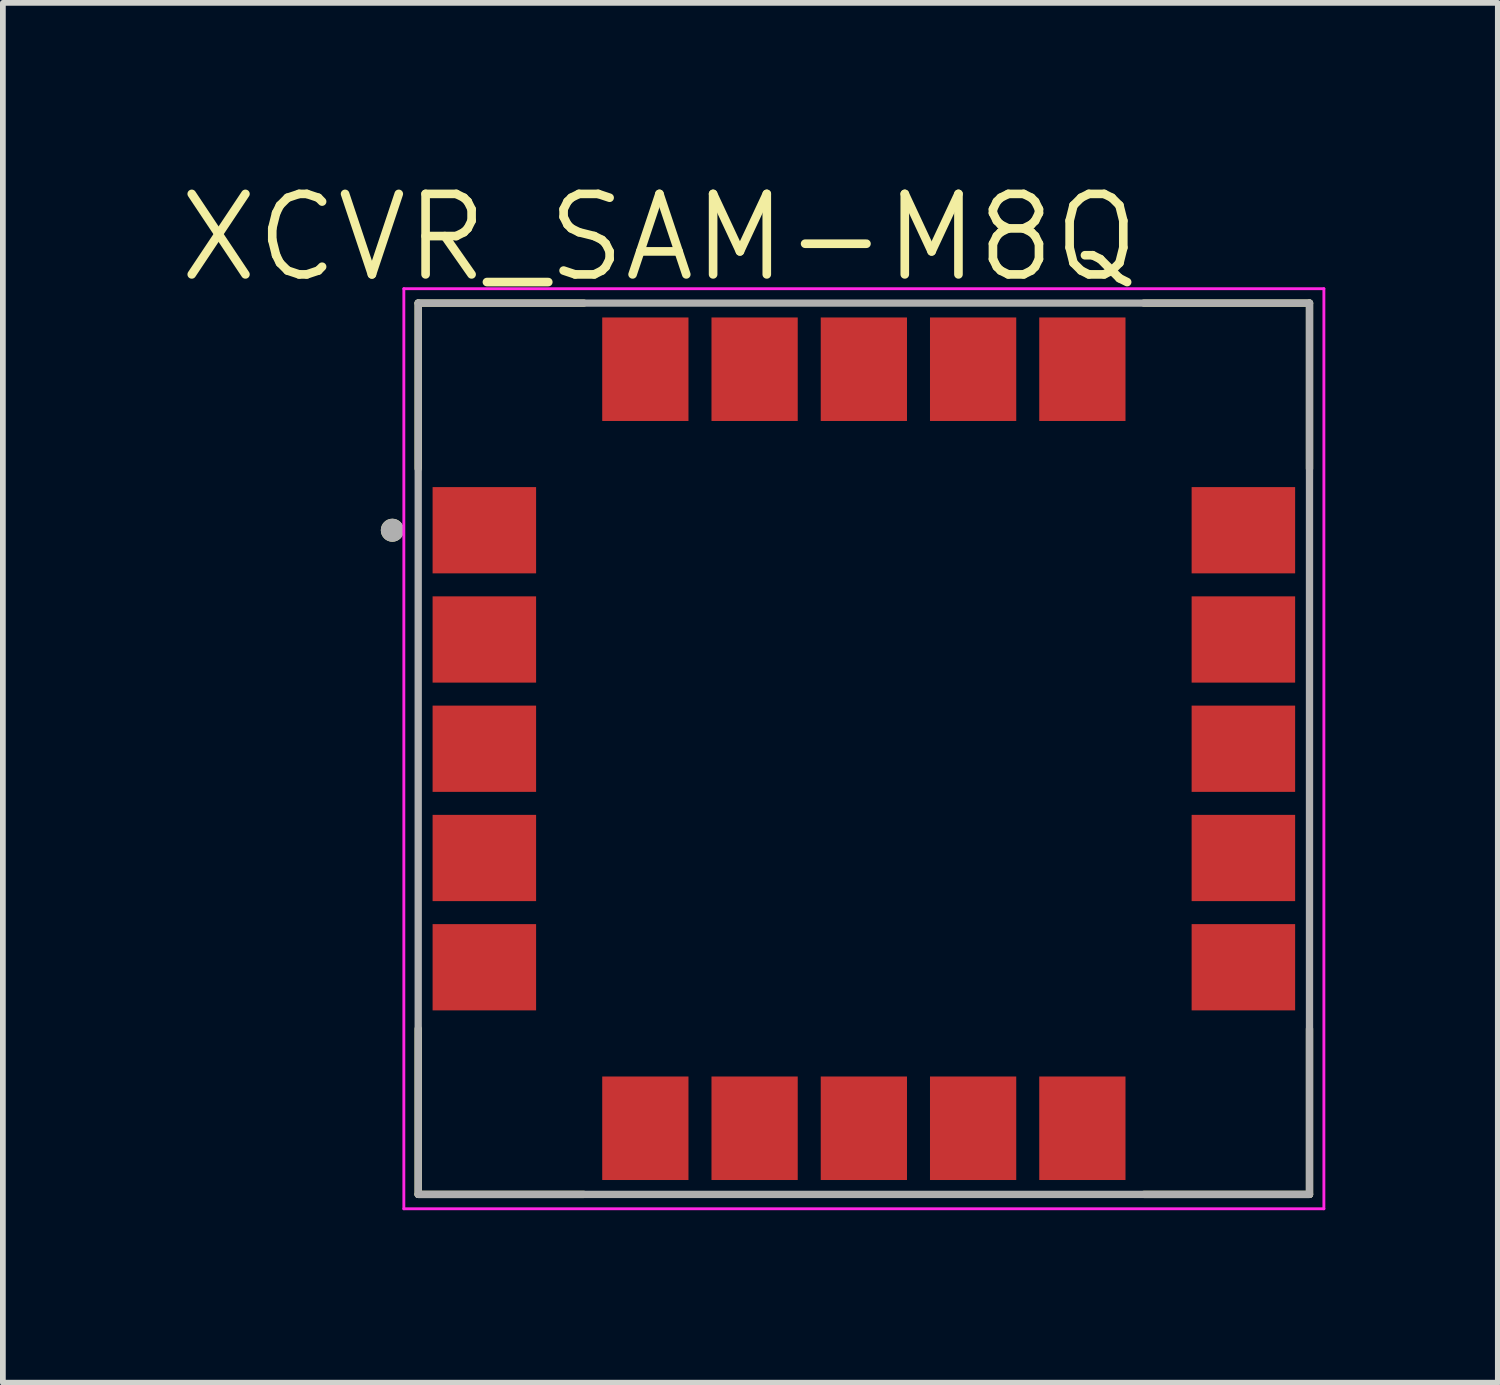
<source format=kicad_pcb>
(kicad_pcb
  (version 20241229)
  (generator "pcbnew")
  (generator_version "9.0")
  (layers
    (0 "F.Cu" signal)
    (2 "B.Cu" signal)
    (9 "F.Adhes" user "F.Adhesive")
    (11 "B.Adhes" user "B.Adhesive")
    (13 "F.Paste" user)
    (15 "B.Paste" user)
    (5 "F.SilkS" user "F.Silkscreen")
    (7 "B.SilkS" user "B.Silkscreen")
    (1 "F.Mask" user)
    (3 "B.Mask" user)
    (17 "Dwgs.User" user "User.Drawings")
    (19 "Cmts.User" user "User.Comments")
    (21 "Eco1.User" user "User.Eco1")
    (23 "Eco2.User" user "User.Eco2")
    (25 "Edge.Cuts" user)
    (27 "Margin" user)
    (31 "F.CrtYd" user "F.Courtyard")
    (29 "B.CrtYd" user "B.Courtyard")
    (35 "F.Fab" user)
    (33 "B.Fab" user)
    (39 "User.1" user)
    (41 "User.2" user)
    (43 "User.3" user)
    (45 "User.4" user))
  (footprint "XCVR_SAM-M8Q"
    (layer "F.Cu")
    (at 11.973 9.971)
    (property "Reference" "XCVR_SAM-M8Q" (at -3.555 -8.889 0) (layer "F.SilkS") (effects (font (size 1.4 1.4) (thickness 0.15))))
    (attr through_hole)
    (fp_line (start -7.75 -4.87) (end -7.75 -7.75) (stroke (width 0.127) (type solid)) (layer "F.SilkS"))
    (fp_line (start -7.75 4.87) (end -7.75 7.75) (stroke (width 0.127) (type solid)) (layer "F.SilkS"))
    (fp_line (start -4.87 -7.75) (end -7.75 -7.75) (stroke (width 0.127) (type solid)) (layer "F.SilkS"))
    (fp_line (start -4.87 7.75) (end -7.75 7.75) (stroke (width 0.127) (type solid)) (layer "F.SilkS"))
    (fp_line (start 4.87 -7.75) (end 7.75 -7.75) (stroke (width 0.127) (type solid)) (layer "F.SilkS"))
    (fp_line (start 4.87 7.75) (end 7.75 7.75) (stroke (width 0.127) (type solid)) (layer "F.SilkS"))
    (fp_line (start 7.75 -4.87) (end 7.75 -7.75) (stroke (width 0.127) (type solid)) (layer "F.SilkS"))
    (fp_line (start 7.75 4.87) (end 7.75 7.75) (stroke (width 0.127) (type solid)) (layer "F.SilkS"))
    (fp_circle (center -8.2 -3.8) (end -8.1 -3.8) (stroke (width 0.2) (type solid)) (fill no) (layer "F.SilkS"))
    (fp_poly (pts (xy -7.39 -4.59) (xy -6.81 -4.59) (xy -6.81 -3.87) (xy -7.39 -3.87)) (stroke (width 0.01) (type solid)) (fill yes) (layer "F.Paste"))
    (fp_poly (pts (xy -7.39 -3.73) (xy -6.81 -3.73) (xy -6.81 -3.01) (xy -7.39 -3.01)) (stroke (width 0.01) (type solid)) (fill yes) (layer "F.Paste"))
    (fp_poly (pts (xy -7.39 -2.69) (xy -6.81 -2.69) (xy -6.81 -1.97) (xy -7.39 -1.97)) (stroke (width 0.01) (type solid)) (fill yes) (layer "F.Paste"))
    (fp_poly (pts (xy -7.39 -1.83) (xy -6.81 -1.83) (xy -6.81 -1.11) (xy -7.39 -1.11)) (stroke (width 0.01) (type solid)) (fill yes) (layer "F.Paste"))
    (fp_poly (pts (xy -7.39 -0.79) (xy -6.81 -0.79) (xy -6.81 -0.07) (xy -7.39 -0.07)) (stroke (width 0.01) (type solid)) (fill yes) (layer "F.Paste"))
    (fp_poly (pts (xy -7.39 0.07) (xy -6.81 0.07) (xy -6.81 0.79) (xy -7.39 0.79)) (stroke (width 0.01) (type solid)) (fill yes) (layer "F.Paste"))
    (fp_poly (pts (xy -7.39 1.11) (xy -6.81 1.11) (xy -6.81 1.83) (xy -7.39 1.83)) (stroke (width 0.01) (type solid)) (fill yes) (layer "F.Paste"))
    (fp_poly (pts (xy -7.39 1.97) (xy -6.81 1.97) (xy -6.81 2.69) (xy -7.39 2.69)) (stroke (width 0.01) (type solid)) (fill yes) (layer "F.Paste"))
    (fp_poly (pts (xy -7.39 3.01) (xy -6.81 3.01) (xy -6.81 3.73) (xy -7.39 3.73)) (stroke (width 0.01) (type solid)) (fill yes) (layer "F.Paste"))
    (fp_poly (pts (xy -7.39 3.87) (xy -6.81 3.87) (xy -6.81 4.59) (xy -7.39 4.59)) (stroke (width 0.01) (type solid)) (fill yes) (layer "F.Paste"))
    (fp_poly (pts (xy -6.39 -4.59) (xy -5.81 -4.59) (xy -5.81 -3.87) (xy -6.39 -3.87)) (stroke (width 0.01) (type solid)) (fill yes) (layer "F.Paste"))
    (fp_poly (pts (xy -6.39 -3.73) (xy -5.81 -3.73) (xy -5.81 -3.01) (xy -6.39 -3.01)) (stroke (width 0.01) (type solid)) (fill yes) (layer "F.Paste"))
    (fp_poly (pts (xy -6.39 -2.69) (xy -5.81 -2.69) (xy -5.81 -1.97) (xy -6.39 -1.97)) (stroke (width 0.01) (type solid)) (fill yes) (layer "F.Paste"))
    (fp_poly (pts (xy -6.39 -1.83) (xy -5.81 -1.83) (xy -5.81 -1.11) (xy -6.39 -1.11)) (stroke (width 0.01) (type solid)) (fill yes) (layer "F.Paste"))
    (fp_poly (pts (xy -6.39 -0.79) (xy -5.81 -0.79) (xy -5.81 -0.07) (xy -6.39 -0.07)) (stroke (width 0.01) (type solid)) (fill yes) (layer "F.Paste"))
    (fp_poly (pts (xy -6.39 0.07) (xy -5.81 0.07) (xy -5.81 0.79) (xy -6.39 0.79)) (stroke (width 0.01) (type solid)) (fill yes) (layer "F.Paste"))
    (fp_poly (pts (xy -6.39 1.11) (xy -5.81 1.11) (xy -5.81 1.83) (xy -6.39 1.83)) (stroke (width 0.01) (type solid)) (fill yes) (layer "F.Paste"))
    (fp_poly (pts (xy -6.39 1.97) (xy -5.81 1.97) (xy -5.81 2.69) (xy -6.39 2.69)) (stroke (width 0.01) (type solid)) (fill yes) (layer "F.Paste"))
    (fp_poly (pts (xy -6.39 3.01) (xy -5.81 3.01) (xy -5.81 3.73) (xy -6.39 3.73)) (stroke (width 0.01) (type solid)) (fill yes) (layer "F.Paste"))
    (fp_poly (pts (xy -6.39 3.87) (xy -5.81 3.87) (xy -5.81 4.59) (xy -6.39 4.59)) (stroke (width 0.01) (type solid)) (fill yes) (layer "F.Paste"))
    (fp_poly (pts (xy -4.52 -7.46) (xy -3.94 -7.46) (xy -3.94 -6.74) (xy -4.52 -6.74)) (stroke (width 0.01) (type solid)) (fill yes) (layer "F.Paste"))
    (fp_poly (pts (xy -4.52 -6.46) (xy -3.94 -6.46) (xy -3.94 -5.74) (xy -4.52 -5.74)) (stroke (width 0.01) (type solid)) (fill yes) (layer "F.Paste"))
    (fp_poly (pts (xy -4.52 5.74) (xy -3.94 5.74) (xy -3.94 6.46) (xy -4.52 6.46)) (stroke (width 0.01) (type solid)) (fill yes) (layer "F.Paste"))
    (fp_poly (pts (xy -4.52 6.74) (xy -3.94 6.74) (xy -3.94 7.46) (xy -4.52 7.46)) (stroke (width 0.01) (type solid)) (fill yes) (layer "F.Paste"))
    (fp_poly (pts (xy -3.66 -7.46) (xy -3.08 -7.46) (xy -3.08 -6.74) (xy -3.66 -6.74)) (stroke (width 0.01) (type solid)) (fill yes) (layer "F.Paste"))
    (fp_poly (pts (xy -3.66 -6.46) (xy -3.08 -6.46) (xy -3.08 -5.74) (xy -3.66 -5.74)) (stroke (width 0.01) (type solid)) (fill yes) (layer "F.Paste"))
    (fp_poly (pts (xy -3.66 5.74) (xy -3.08 5.74) (xy -3.08 6.46) (xy -3.66 6.46)) (stroke (width 0.01) (type solid)) (fill yes) (layer "F.Paste"))
    (fp_poly (pts (xy -3.66 6.74) (xy -3.08 6.74) (xy -3.08 7.46) (xy -3.66 7.46)) (stroke (width 0.01) (type solid)) (fill yes) (layer "F.Paste"))
    (fp_poly (pts (xy -2.62 -7.46) (xy -2.04 -7.46) (xy -2.04 -6.74) (xy -2.62 -6.74)) (stroke (width 0.01) (type solid)) (fill yes) (layer "F.Paste"))
    (fp_poly (pts (xy -2.62 -6.46) (xy -2.04 -6.46) (xy -2.04 -5.74) (xy -2.62 -5.74)) (stroke (width 0.01) (type solid)) (fill yes) (layer "F.Paste"))
    (fp_poly (pts (xy -2.62 5.74) (xy -2.04 5.74) (xy -2.04 6.46) (xy -2.62 6.46)) (stroke (width 0.01) (type solid)) (fill yes) (layer "F.Paste"))
    (fp_poly (pts (xy -2.62 6.74) (xy -2.04 6.74) (xy -2.04 7.46) (xy -2.62 7.46)) (stroke (width 0.01) (type solid)) (fill yes) (layer "F.Paste"))
    (fp_poly (pts (xy -1.76 -7.46) (xy -1.18 -7.46) (xy -1.18 -6.74) (xy -1.76 -6.74)) (stroke (width 0.01) (type solid)) (fill yes) (layer "F.Paste"))
    (fp_poly (pts (xy -1.76 -6.46) (xy -1.18 -6.46) (xy -1.18 -5.74) (xy -1.76 -5.74)) (stroke (width 0.01) (type solid)) (fill yes) (layer "F.Paste"))
    (fp_poly (pts (xy -1.76 5.74) (xy -1.18 5.74) (xy -1.18 6.46) (xy -1.76 6.46)) (stroke (width 0.01) (type solid)) (fill yes) (layer "F.Paste"))
    (fp_poly (pts (xy -1.76 6.74) (xy -1.18 6.74) (xy -1.18 7.46) (xy -1.76 7.46)) (stroke (width 0.01) (type solid)) (fill yes) (layer "F.Paste"))
    (fp_poly (pts (xy -0.72 -7.46) (xy -0.14 -7.46) (xy -0.14 -6.74) (xy -0.72 -6.74)) (stroke (width 0.01) (type solid)) (fill yes) (layer "F.Paste"))
    (fp_poly (pts (xy -0.72 -6.46) (xy -0.14 -6.46) (xy -0.14 -5.74) (xy -0.72 -5.74)) (stroke (width 0.01) (type solid)) (fill yes) (layer "F.Paste"))
    (fp_poly (pts (xy -0.72 5.74) (xy -0.14 5.74) (xy -0.14 6.46) (xy -0.72 6.46)) (stroke (width 0.01) (type solid)) (fill yes) (layer "F.Paste"))
    (fp_poly (pts (xy -0.72 6.74) (xy -0.14 6.74) (xy -0.14 7.46) (xy -0.72 7.46)) (stroke (width 0.01) (type solid)) (fill yes) (layer "F.Paste"))
    (fp_poly (pts (xy 0.14 -7.46) (xy 0.72 -7.46) (xy 0.72 -6.74) (xy 0.14 -6.74)) (stroke (width 0.01) (type solid)) (fill yes) (layer "F.Paste"))
    (fp_poly (pts (xy 0.14 -6.46) (xy 0.72 -6.46) (xy 0.72 -5.74) (xy 0.14 -5.74)) (stroke (width 0.01) (type solid)) (fill yes) (layer "F.Paste"))
    (fp_poly (pts (xy 0.14 5.74) (xy 0.72 5.74) (xy 0.72 6.46) (xy 0.14 6.46)) (stroke (width 0.01) (type solid)) (fill yes) (layer "F.Paste"))
    (fp_poly (pts (xy 0.14 6.74) (xy 0.72 6.74) (xy 0.72 7.46) (xy 0.14 7.46)) (stroke (width 0.01) (type solid)) (fill yes) (layer "F.Paste"))
    (fp_poly (pts (xy 1.18 -7.46) (xy 1.76 -7.46) (xy 1.76 -6.74) (xy 1.18 -6.74)) (stroke (width 0.01) (type solid)) (fill yes) (layer "F.Paste"))
    (fp_poly (pts (xy 1.18 -6.46) (xy 1.76 -6.46) (xy 1.76 -5.74) (xy 1.18 -5.74)) (stroke (width 0.01) (type solid)) (fill yes) (layer "F.Paste"))
    (fp_poly (pts (xy 1.18 5.74) (xy 1.76 5.74) (xy 1.76 6.46) (xy 1.18 6.46)) (stroke (width 0.01) (type solid)) (fill yes) (layer "F.Paste"))
    (fp_poly (pts (xy 1.18 6.74) (xy 1.76 6.74) (xy 1.76 7.46) (xy 1.18 7.46)) (stroke (width 0.01) (type solid)) (fill yes) (layer "F.Paste"))
    (fp_poly (pts (xy 2.04 -7.46) (xy 2.62 -7.46) (xy 2.62 -6.74) (xy 2.04 -6.74)) (stroke (width 0.01) (type solid)) (fill yes) (layer "F.Paste"))
    (fp_poly (pts (xy 2.04 -6.46) (xy 2.62 -6.46) (xy 2.62 -5.74) (xy 2.04 -5.74)) (stroke (width 0.01) (type solid)) (fill yes) (layer "F.Paste"))
    (fp_poly (pts (xy 2.04 5.74) (xy 2.62 5.74) (xy 2.62 6.46) (xy 2.04 6.46)) (stroke (width 0.01) (type solid)) (fill yes) (layer "F.Paste"))
    (fp_poly (pts (xy 2.04 6.74) (xy 2.62 6.74) (xy 2.62 7.46) (xy 2.04 7.46)) (stroke (width 0.01) (type solid)) (fill yes) (layer "F.Paste"))
    (fp_poly (pts (xy 3.08 -7.46) (xy 3.66 -7.46) (xy 3.66 -6.74) (xy 3.08 -6.74)) (stroke (width 0.01) (type solid)) (fill yes) (layer "F.Paste"))
    (fp_poly (pts (xy 3.08 -6.46) (xy 3.66 -6.46) (xy 3.66 -5.74) (xy 3.08 -5.74)) (stroke (width 0.01) (type solid)) (fill yes) (layer "F.Paste"))
    (fp_poly (pts (xy 3.08 5.74) (xy 3.66 5.74) (xy 3.66 6.46) (xy 3.08 6.46)) (stroke (width 0.01) (type solid)) (fill yes) (layer "F.Paste"))
    (fp_poly (pts (xy 3.08 6.74) (xy 3.66 6.74) (xy 3.66 7.46) (xy 3.08 7.46)) (stroke (width 0.01) (type solid)) (fill yes) (layer "F.Paste"))
    (fp_poly (pts (xy 3.94 -7.46) (xy 4.52 -7.46) (xy 4.52 -6.74) (xy 3.94 -6.74)) (stroke (width 0.01) (type solid)) (fill yes) (layer "F.Paste"))
    (fp_poly (pts (xy 3.94 -6.46) (xy 4.52 -6.46) (xy 4.52 -5.74) (xy 3.94 -5.74)) (stroke (width 0.01) (type solid)) (fill yes) (layer "F.Paste"))
    (fp_poly (pts (xy 3.94 5.74) (xy 4.52 5.74) (xy 4.52 6.46) (xy 3.94 6.46)) (stroke (width 0.01) (type solid)) (fill yes) (layer "F.Paste"))
    (fp_poly (pts (xy 3.94 6.74) (xy 4.52 6.74) (xy 4.52 7.46) (xy 3.94 7.46)) (stroke (width 0.01) (type solid)) (fill yes) (layer "F.Paste"))
    (fp_poly (pts (xy 5.81 -4.59) (xy 6.39 -4.59) (xy 6.39 -3.87) (xy 5.81 -3.87)) (stroke (width 0.01) (type solid)) (fill yes) (layer "F.Paste"))
    (fp_poly (pts (xy 5.81 -3.73) (xy 6.39 -3.73) (xy 6.39 -3.01) (xy 5.81 -3.01)) (stroke (width 0.01) (type solid)) (fill yes) (layer "F.Paste"))
    (fp_poly (pts (xy 5.81 -2.69) (xy 6.39 -2.69) (xy 6.39 -1.97) (xy 5.81 -1.97)) (stroke (width 0.01) (type solid)) (fill yes) (layer "F.Paste"))
    (fp_poly (pts (xy 5.81 -1.83) (xy 6.39 -1.83) (xy 6.39 -1.11) (xy 5.81 -1.11)) (stroke (width 0.01) (type solid)) (fill yes) (layer "F.Paste"))
    (fp_poly (pts (xy 5.81 -0.79) (xy 6.39 -0.79) (xy 6.39 -0.07) (xy 5.81 -0.07)) (stroke (width 0.01) (type solid)) (fill yes) (layer "F.Paste"))
    (fp_poly (pts (xy 5.81 0.07) (xy 6.39 0.07) (xy 6.39 0.79) (xy 5.81 0.79)) (stroke (width 0.01) (type solid)) (fill yes) (layer "F.Paste"))
    (fp_poly (pts (xy 5.81 1.11) (xy 6.39 1.11) (xy 6.39 1.83) (xy 5.81 1.83)) (stroke (width 0.01) (type solid)) (fill yes) (layer "F.Paste"))
    (fp_poly (pts (xy 5.81 1.97) (xy 6.39 1.97) (xy 6.39 2.69) (xy 5.81 2.69)) (stroke (width 0.01) (type solid)) (fill yes) (layer "F.Paste"))
    (fp_poly (pts (xy 5.81 3.01) (xy 6.39 3.01) (xy 6.39 3.73) (xy 5.81 3.73)) (stroke (width 0.01) (type solid)) (fill yes) (layer "F.Paste"))
    (fp_poly (pts (xy 5.81 3.87) (xy 6.39 3.87) (xy 6.39 4.59) (xy 5.81 4.59)) (stroke (width 0.01) (type solid)) (fill yes) (layer "F.Paste"))
    (fp_poly (pts (xy 6.81 -4.59) (xy 7.39 -4.59) (xy 7.39 -3.87) (xy 6.81 -3.87)) (stroke (width 0.01) (type solid)) (fill yes) (layer "F.Paste"))
    (fp_poly (pts (xy 6.81 -3.73) (xy 7.39 -3.73) (xy 7.39 -3.01) (xy 6.81 -3.01)) (stroke (width 0.01) (type solid)) (fill yes) (layer "F.Paste"))
    (fp_poly (pts (xy 6.81 -2.69) (xy 7.39 -2.69) (xy 7.39 -1.97) (xy 6.81 -1.97)) (stroke (width 0.01) (type solid)) (fill yes) (layer "F.Paste"))
    (fp_poly (pts (xy 6.81 -1.83) (xy 7.39 -1.83) (xy 7.39 -1.11) (xy 6.81 -1.11)) (stroke (width 0.01) (type solid)) (fill yes) (layer "F.Paste"))
    (fp_poly (pts (xy 6.81 -0.79) (xy 7.39 -0.79) (xy 7.39 -0.07) (xy 6.81 -0.07)) (stroke (width 0.01) (type solid)) (fill yes) (layer "F.Paste"))
    (fp_poly (pts (xy 6.81 0.07) (xy 7.39 0.07) (xy 7.39 0.79) (xy 6.81 0.79)) (stroke (width 0.01) (type solid)) (fill yes) (layer "F.Paste"))
    (fp_poly (pts (xy 6.81 1.11) (xy 7.39 1.11) (xy 7.39 1.83) (xy 6.81 1.83)) (stroke (width 0.01) (type solid)) (fill yes) (layer "F.Paste"))
    (fp_poly (pts (xy 6.81 1.97) (xy 7.39 1.97) (xy 7.39 2.69) (xy 6.81 2.69)) (stroke (width 0.01) (type solid)) (fill yes) (layer "F.Paste"))
    (fp_poly (pts (xy 6.81 3.01) (xy 7.39 3.01) (xy 7.39 3.73) (xy 6.81 3.73)) (stroke (width 0.01) (type solid)) (fill yes) (layer "F.Paste"))
    (fp_poly (pts (xy 6.81 3.87) (xy 7.39 3.87) (xy 7.39 4.59) (xy 6.81 4.59)) (stroke (width 0.01) (type solid)) (fill yes) (layer "F.Paste"))
    (fp_line (start -8 -8) (end 8 -8) (stroke (width 0.05) (type solid)) (layer "F.CrtYd"))
    (fp_line (start -8 8) (end -8 -8) (stroke (width 0.05) (type solid)) (layer "F.CrtYd"))
    (fp_line (start 8 -8) (end 8 8) (stroke (width 0.05) (type solid)) (layer "F.CrtYd"))
    (fp_line (start 8 8) (end -8 8) (stroke (width 0.05) (type solid)) (layer "F.CrtYd"))
    (fp_line (start -7.75 7.75) (end -7.75 -7.75) (stroke (width 0.127) (type solid)) (layer "F.Fab"))
    (fp_line (start 7.75 -7.75) (end -7.75 -7.75) (stroke (width 0.127) (type solid)) (layer "F.Fab"))
    (fp_line (start 7.75 -7.75) (end 7.75 7.75) (stroke (width 0.127) (type solid)) (layer "F.Fab"))
    (fp_line (start 7.75 7.75) (end -7.75 7.75) (stroke (width 0.127) (type solid)) (layer "F.Fab"))
    (fp_circle (center -8.2 -3.8) (end -8.1 -3.8) (stroke (width 0.2) (type solid)) (fill no) (layer "F.Fab"))
    (pad "1" smd rect (at -6.6 -3.8) (size 1.8 1.5) (layers "F.Cu" "F.Mask"))
    (pad "2" smd rect (at -6.6 -1.9) (size 1.8 1.5) (layers "F.Cu" "F.Mask"))
    (pad "3" smd rect (at -6.6 0) (size 1.8 1.5) (layers "F.Cu" "F.Mask"))
    (pad "4" smd rect (at -6.6 1.9) (size 1.8 1.5) (layers "F.Cu" "F.Mask"))
    (pad "5" smd rect (at -6.6 3.8) (size 1.8 1.5) (layers "F.Cu" "F.Mask"))
    (pad "6" smd rect (at -3.8 6.6) (size 1.5 1.8) (layers "F.Cu" "F.Mask"))
    (pad "7" smd rect (at -1.9 6.6) (size 1.5 1.8) (layers "F.Cu" "F.Mask"))
    (pad "8" smd rect (at 0 6.6) (size 1.5 1.8) (layers "F.Cu" "F.Mask"))
    (pad "9" smd rect (at 1.9 6.6) (size 1.5 1.8) (layers "F.Cu" "F.Mask"))
    (pad "10" smd rect (at 3.8 6.6) (size 1.5 1.8) (layers "F.Cu" "F.Mask"))
    (pad "11" smd rect (at 6.6 3.8) (size 1.8 1.5) (layers "F.Cu" "F.Mask"))
    (pad "12" smd rect (at 6.6 1.9) (size 1.8 1.5) (layers "F.Cu" "F.Mask"))
    (pad "13" smd rect (at 6.6 0) (size 1.8 1.5) (layers "F.Cu" "F.Mask"))
    (pad "14" smd rect (at 6.6 -1.9) (size 1.8 1.5) (layers "F.Cu" "F.Mask"))
    (pad "15" smd rect (at 6.6 -3.8) (size 1.8 1.5) (layers "F.Cu" "F.Mask"))
    (pad "16" smd rect (at 3.8 -6.6) (size 1.5 1.8) (layers "F.Cu" "F.Mask"))
    (pad "17" smd rect (at 1.9 -6.6) (size 1.5 1.8) (layers "F.Cu" "F.Mask"))
    (pad "18" smd rect (at 0 -6.6) (size 1.5 1.8) (layers "F.Cu" "F.Mask"))
    (pad "19" smd rect (at -1.9 -6.6) (size 1.5 1.8) (layers "F.Cu" "F.Mask"))
    (pad "20" smd rect (at -3.8 -6.6) (size 1.5 1.8) (layers "F.Cu" "F.Mask")))
  (gr_rect
    (start -3 -3)
    (end 22.998 20.996)
    (stroke (width 0.1) (type default))
    (fill no)
    (layer "Edge.Cuts")))
</source>
